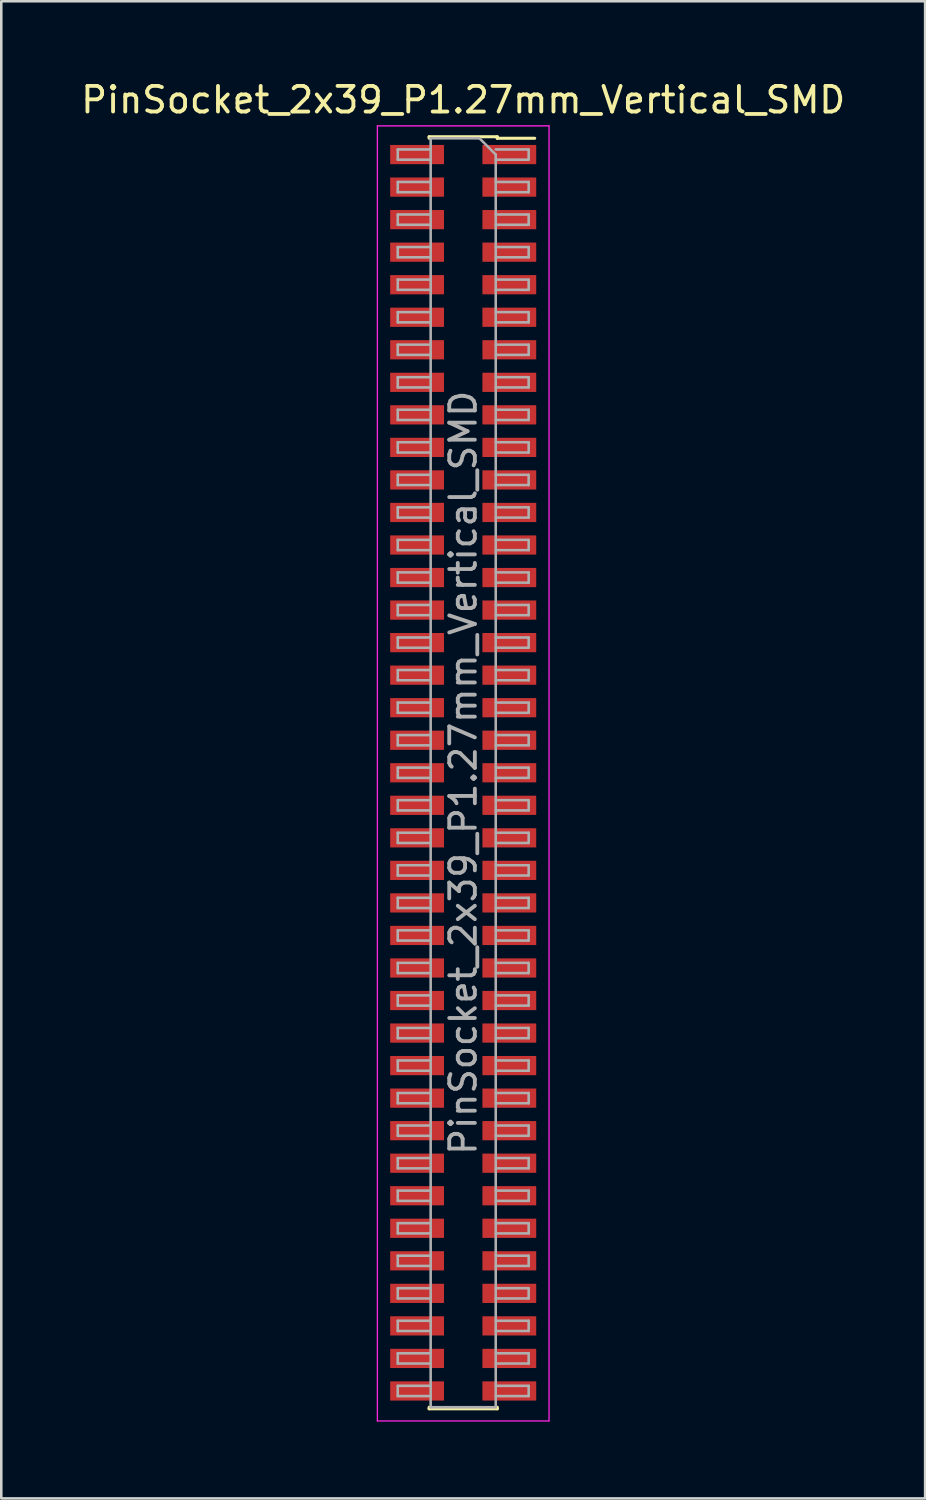
<source format=kicad_pcb>
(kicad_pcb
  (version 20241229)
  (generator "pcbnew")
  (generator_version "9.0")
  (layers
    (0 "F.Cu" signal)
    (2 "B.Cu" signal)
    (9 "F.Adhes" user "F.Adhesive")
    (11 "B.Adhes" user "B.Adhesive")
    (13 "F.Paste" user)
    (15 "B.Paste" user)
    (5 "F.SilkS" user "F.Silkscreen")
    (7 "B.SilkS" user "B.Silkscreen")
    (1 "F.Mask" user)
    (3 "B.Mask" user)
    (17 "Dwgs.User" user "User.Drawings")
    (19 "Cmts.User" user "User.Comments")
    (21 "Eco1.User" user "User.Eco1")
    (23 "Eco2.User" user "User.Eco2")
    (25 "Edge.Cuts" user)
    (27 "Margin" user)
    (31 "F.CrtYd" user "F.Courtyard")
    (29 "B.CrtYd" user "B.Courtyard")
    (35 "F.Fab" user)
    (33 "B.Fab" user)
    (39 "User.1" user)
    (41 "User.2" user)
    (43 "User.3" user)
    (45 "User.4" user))
  (footprint "PinSocket_2x39_P1.27mm_Vertical_SMD"
    (layer "F.Cu")
    (at 15.03 27.113)
    (property "Reference" "PinSocket_2x39_P1.27mm_Vertical_SMD" (at 0 -26.265 0) (layer "F.SilkS") (effects (font (size 1 1) (thickness 0.15))))
    (attr smd)
    (fp_line (start -1.33 -24.825) (end -1.33 -24.765) (stroke (width 0.12) (type solid)) (layer "F.SilkS"))
    (fp_line (start -1.33 -24.825) (end 1.33 -24.825) (stroke (width 0.12) (type solid)) (layer "F.SilkS"))
    (fp_line (start -1.33 24.765) (end -1.33 24.825) (stroke (width 0.12) (type solid)) (layer "F.SilkS"))
    (fp_line (start -1.33 24.825) (end 1.33 24.825) (stroke (width 0.12) (type solid)) (layer "F.SilkS"))
    (fp_line (start 1.33 -24.825) (end 1.33 -24.765) (stroke (width 0.12) (type solid)) (layer "F.SilkS"))
    (fp_line (start 1.33 -24.765) (end 2.79 -24.765) (stroke (width 0.12) (type solid)) (layer "F.SilkS"))
    (fp_line (start 1.33 24.765) (end 1.33 24.825) (stroke (width 0.12) (type solid)) (layer "F.SilkS"))
    (fp_line (start -3.35 -25.25) (end 3.35 -25.25) (stroke (width 0.05) (type solid)) (layer "F.CrtYd"))
    (fp_line (start -3.35 25.3) (end -3.35 -25.25) (stroke (width 0.05) (type solid)) (layer "F.CrtYd"))
    (fp_line (start 3.35 -25.25) (end 3.35 25.3) (stroke (width 0.05) (type solid)) (layer "F.CrtYd"))
    (fp_line (start 3.35 25.3) (end -3.35 25.3) (stroke (width 0.05) (type solid)) (layer "F.CrtYd"))
    (fp_line (start -2.555 -24.33) (end -1.27 -24.33) (stroke (width 0.1) (type solid)) (layer "F.Fab"))
    (fp_line (start -2.555 -23.93) (end -2.555 -24.33) (stroke (width 0.1) (type solid)) (layer "F.Fab"))
    (fp_line (start -2.555 -23.06) (end -1.27 -23.06) (stroke (width 0.1) (type solid)) (layer "F.Fab"))
    (fp_line (start -2.555 -22.66) (end -2.555 -23.06) (stroke (width 0.1) (type solid)) (layer "F.Fab"))
    (fp_line (start -2.555 -21.79) (end -1.27 -21.79) (stroke (width 0.1) (type solid)) (layer "F.Fab"))
    (fp_line (start -2.555 -21.39) (end -2.555 -21.79) (stroke (width 0.1) (type solid)) (layer "F.Fab"))
    (fp_line (start -2.555 -20.52) (end -1.27 -20.52) (stroke (width 0.1) (type solid)) (layer "F.Fab"))
    (fp_line (start -2.555 -20.12) (end -2.555 -20.52) (stroke (width 0.1) (type solid)) (layer "F.Fab"))
    (fp_line (start -2.555 -19.25) (end -1.27 -19.25) (stroke (width 0.1) (type solid)) (layer "F.Fab"))
    (fp_line (start -2.555 -18.85) (end -2.555 -19.25) (stroke (width 0.1) (type solid)) (layer "F.Fab"))
    (fp_line (start -2.555 -17.98) (end -1.27 -17.98) (stroke (width 0.1) (type solid)) (layer "F.Fab"))
    (fp_line (start -2.555 -17.58) (end -2.555 -17.98) (stroke (width 0.1) (type solid)) (layer "F.Fab"))
    (fp_line (start -2.555 -16.71) (end -1.27 -16.71) (stroke (width 0.1) (type solid)) (layer "F.Fab"))
    (fp_line (start -2.555 -16.31) (end -2.555 -16.71) (stroke (width 0.1) (type solid)) (layer "F.Fab"))
    (fp_line (start -2.555 -15.44) (end -1.27 -15.44) (stroke (width 0.1) (type solid)) (layer "F.Fab"))
    (fp_line (start -2.555 -15.04) (end -2.555 -15.44) (stroke (width 0.1) (type solid)) (layer "F.Fab"))
    (fp_line (start -2.555 -14.17) (end -1.27 -14.17) (stroke (width 0.1) (type solid)) (layer "F.Fab"))
    (fp_line (start -2.555 -13.77) (end -2.555 -14.17) (stroke (width 0.1) (type solid)) (layer "F.Fab"))
    (fp_line (start -2.555 -12.9) (end -1.27 -12.9) (stroke (width 0.1) (type solid)) (layer "F.Fab"))
    (fp_line (start -2.555 -12.5) (end -2.555 -12.9) (stroke (width 0.1) (type solid)) (layer "F.Fab"))
    (fp_line (start -2.555 -11.63) (end -1.27 -11.63) (stroke (width 0.1) (type solid)) (layer "F.Fab"))
    (fp_line (start -2.555 -11.23) (end -2.555 -11.63) (stroke (width 0.1) (type solid)) (layer "F.Fab"))
    (fp_line (start -2.555 -10.36) (end -1.27 -10.36) (stroke (width 0.1) (type solid)) (layer "F.Fab"))
    (fp_line (start -2.555 -9.96) (end -2.555 -10.36) (stroke (width 0.1) (type solid)) (layer "F.Fab"))
    (fp_line (start -2.555 -9.09) (end -1.27 -9.09) (stroke (width 0.1) (type solid)) (layer "F.Fab"))
    (fp_line (start -2.555 -8.69) (end -2.555 -9.09) (stroke (width 0.1) (type solid)) (layer "F.Fab"))
    (fp_line (start -2.555 -7.82) (end -1.27 -7.82) (stroke (width 0.1) (type solid)) (layer "F.Fab"))
    (fp_line (start -2.555 -7.42) (end -2.555 -7.82) (stroke (width 0.1) (type solid)) (layer "F.Fab"))
    (fp_line (start -2.555 -6.55) (end -1.27 -6.55) (stroke (width 0.1) (type solid)) (layer "F.Fab"))
    (fp_line (start -2.555 -6.15) (end -2.555 -6.55) (stroke (width 0.1) (type solid)) (layer "F.Fab"))
    (fp_line (start -2.555 -5.28) (end -1.27 -5.28) (stroke (width 0.1) (type solid)) (layer "F.Fab"))
    (fp_line (start -2.555 -4.88) (end -2.555 -5.28) (stroke (width 0.1) (type solid)) (layer "F.Fab"))
    (fp_line (start -2.555 -4.01) (end -1.27 -4.01) (stroke (width 0.1) (type solid)) (layer "F.Fab"))
    (fp_line (start -2.555 -3.61) (end -2.555 -4.01) (stroke (width 0.1) (type solid)) (layer "F.Fab"))
    (fp_line (start -2.555 -2.74) (end -1.27 -2.74) (stroke (width 0.1) (type solid)) (layer "F.Fab"))
    (fp_line (start -2.555 -2.34) (end -2.555 -2.74) (stroke (width 0.1) (type solid)) (layer "F.Fab"))
    (fp_line (start -2.555 -1.47) (end -1.27 -1.47) (stroke (width 0.1) (type solid)) (layer "F.Fab"))
    (fp_line (start -2.555 -1.07) (end -2.555 -1.47) (stroke (width 0.1) (type solid)) (layer "F.Fab"))
    (fp_line (start -2.555 -0.2) (end -1.27 -0.2) (stroke (width 0.1) (type solid)) (layer "F.Fab"))
    (fp_line (start -2.555 0.2) (end -2.555 -0.2) (stroke (width 0.1) (type solid)) (layer "F.Fab"))
    (fp_line (start -2.555 1.07) (end -1.27 1.07) (stroke (width 0.1) (type solid)) (layer "F.Fab"))
    (fp_line (start -2.555 1.47) (end -2.555 1.07) (stroke (width 0.1) (type solid)) (layer "F.Fab"))
    (fp_line (start -2.555 2.34) (end -1.27 2.34) (stroke (width 0.1) (type solid)) (layer "F.Fab"))
    (fp_line (start -2.555 2.74) (end -2.555 2.34) (stroke (width 0.1) (type solid)) (layer "F.Fab"))
    (fp_line (start -2.555 3.61) (end -1.27 3.61) (stroke (width 0.1) (type solid)) (layer "F.Fab"))
    (fp_line (start -2.555 4.01) (end -2.555 3.61) (stroke (width 0.1) (type solid)) (layer "F.Fab"))
    (fp_line (start -2.555 4.88) (end -1.27 4.88) (stroke (width 0.1) (type solid)) (layer "F.Fab"))
    (fp_line (start -2.555 5.28) (end -2.555 4.88) (stroke (width 0.1) (type solid)) (layer "F.Fab"))
    (fp_line (start -2.555 6.15) (end -1.27 6.15) (stroke (width 0.1) (type solid)) (layer "F.Fab"))
    (fp_line (start -2.555 6.55) (end -2.555 6.15) (stroke (width 0.1) (type solid)) (layer "F.Fab"))
    (fp_line (start -2.555 7.42) (end -1.27 7.42) (stroke (width 0.1) (type solid)) (layer "F.Fab"))
    (fp_line (start -2.555 7.82) (end -2.555 7.42) (stroke (width 0.1) (type solid)) (layer "F.Fab"))
    (fp_line (start -2.555 8.69) (end -1.27 8.69) (stroke (width 0.1) (type solid)) (layer "F.Fab"))
    (fp_line (start -2.555 9.09) (end -2.555 8.69) (stroke (width 0.1) (type solid)) (layer "F.Fab"))
    (fp_line (start -2.555 9.96) (end -1.27 9.96) (stroke (width 0.1) (type solid)) (layer "F.Fab"))
    (fp_line (start -2.555 10.36) (end -2.555 9.96) (stroke (width 0.1) (type solid)) (layer "F.Fab"))
    (fp_line (start -2.555 11.23) (end -1.27 11.23) (stroke (width 0.1) (type solid)) (layer "F.Fab"))
    (fp_line (start -2.555 11.63) (end -2.555 11.23) (stroke (width 0.1) (type solid)) (layer "F.Fab"))
    (fp_line (start -2.555 12.5) (end -1.27 12.5) (stroke (width 0.1) (type solid)) (layer "F.Fab"))
    (fp_line (start -2.555 12.9) (end -2.555 12.5) (stroke (width 0.1) (type solid)) (layer "F.Fab"))
    (fp_line (start -2.555 13.77) (end -1.27 13.77) (stroke (width 0.1) (type solid)) (layer "F.Fab"))
    (fp_line (start -2.555 14.17) (end -2.555 13.77) (stroke (width 0.1) (type solid)) (layer "F.Fab"))
    (fp_line (start -2.555 15.04) (end -1.27 15.04) (stroke (width 0.1) (type solid)) (layer "F.Fab"))
    (fp_line (start -2.555 15.44) (end -2.555 15.04) (stroke (width 0.1) (type solid)) (layer "F.Fab"))
    (fp_line (start -2.555 16.31) (end -1.27 16.31) (stroke (width 0.1) (type solid)) (layer "F.Fab"))
    (fp_line (start -2.555 16.71) (end -2.555 16.31) (stroke (width 0.1) (type solid)) (layer "F.Fab"))
    (fp_line (start -2.555 17.58) (end -1.27 17.58) (stroke (width 0.1) (type solid)) (layer "F.Fab"))
    (fp_line (start -2.555 17.98) (end -2.555 17.58) (stroke (width 0.1) (type solid)) (layer "F.Fab"))
    (fp_line (start -2.555 18.85) (end -1.27 18.85) (stroke (width 0.1) (type solid)) (layer "F.Fab"))
    (fp_line (start -2.555 19.25) (end -2.555 18.85) (stroke (width 0.1) (type solid)) (layer "F.Fab"))
    (fp_line (start -2.555 20.12) (end -1.27 20.12) (stroke (width 0.1) (type solid)) (layer "F.Fab"))
    (fp_line (start -2.555 20.52) (end -2.555 20.12) (stroke (width 0.1) (type solid)) (layer "F.Fab"))
    (fp_line (start -2.555 21.39) (end -1.27 21.39) (stroke (width 0.1) (type solid)) (layer "F.Fab"))
    (fp_line (start -2.555 21.79) (end -2.555 21.39) (stroke (width 0.1) (type solid)) (layer "F.Fab"))
    (fp_line (start -2.555 22.66) (end -1.27 22.66) (stroke (width 0.1) (type solid)) (layer "F.Fab"))
    (fp_line (start -2.555 23.06) (end -2.555 22.66) (stroke (width 0.1) (type solid)) (layer "F.Fab"))
    (fp_line (start -2.555 23.93) (end -1.27 23.93) (stroke (width 0.1) (type solid)) (layer "F.Fab"))
    (fp_line (start -2.555 24.33) (end -2.555 23.93) (stroke (width 0.1) (type solid)) (layer "F.Fab"))
    (fp_line (start -1.27 -24.765) (end 0.635 -24.765) (stroke (width 0.1) (type solid)) (layer "F.Fab"))
    (fp_line (start -1.27 -23.93) (end -2.555 -23.93) (stroke (width 0.1) (type solid)) (layer "F.Fab"))
    (fp_line (start -1.27 -22.66) (end -2.555 -22.66) (stroke (width 0.1) (type solid)) (layer "F.Fab"))
    (fp_line (start -1.27 -21.39) (end -2.555 -21.39) (stroke (width 0.1) (type solid)) (layer "F.Fab"))
    (fp_line (start -1.27 -20.12) (end -2.555 -20.12) (stroke (width 0.1) (type solid)) (layer "F.Fab"))
    (fp_line (start -1.27 -18.85) (end -2.555 -18.85) (stroke (width 0.1) (type solid)) (layer "F.Fab"))
    (fp_line (start -1.27 -17.58) (end -2.555 -17.58) (stroke (width 0.1) (type solid)) (layer "F.Fab"))
    (fp_line (start -1.27 -16.31) (end -2.555 -16.31) (stroke (width 0.1) (type solid)) (layer "F.Fab"))
    (fp_line (start -1.27 -15.04) (end -2.555 -15.04) (stroke (width 0.1) (type solid)) (layer "F.Fab"))
    (fp_line (start -1.27 -13.77) (end -2.555 -13.77) (stroke (width 0.1) (type solid)) (layer "F.Fab"))
    (fp_line (start -1.27 -12.5) (end -2.555 -12.5) (stroke (width 0.1) (type solid)) (layer "F.Fab"))
    (fp_line (start -1.27 -11.23) (end -2.555 -11.23) (stroke (width 0.1) (type solid)) (layer "F.Fab"))
    (fp_line (start -1.27 -9.96) (end -2.555 -9.96) (stroke (width 0.1) (type solid)) (layer "F.Fab"))
    (fp_line (start -1.27 -8.69) (end -2.555 -8.69) (stroke (width 0.1) (type solid)) (layer "F.Fab"))
    (fp_line (start -1.27 -7.42) (end -2.555 -7.42) (stroke (width 0.1) (type solid)) (layer "F.Fab"))
    (fp_line (start -1.27 -6.15) (end -2.555 -6.15) (stroke (width 0.1) (type solid)) (layer "F.Fab"))
    (fp_line (start -1.27 -4.88) (end -2.555 -4.88) (stroke (width 0.1) (type solid)) (layer "F.Fab"))
    (fp_line (start -1.27 -3.61) (end -2.555 -3.61) (stroke (width 0.1) (type solid)) (layer "F.Fab"))
    (fp_line (start -1.27 -2.34) (end -2.555 -2.34) (stroke (width 0.1) (type solid)) (layer "F.Fab"))
    (fp_line (start -1.27 -1.07) (end -2.555 -1.07) (stroke (width 0.1) (type solid)) (layer "F.Fab"))
    (fp_line (start -1.27 0.2) (end -2.555 0.2) (stroke (width 0.1) (type solid)) (layer "F.Fab"))
    (fp_line (start -1.27 1.47) (end -2.555 1.47) (stroke (width 0.1) (type solid)) (layer "F.Fab"))
    (fp_line (start -1.27 2.74) (end -2.555 2.74) (stroke (width 0.1) (type solid)) (layer "F.Fab"))
    (fp_line (start -1.27 4.01) (end -2.555 4.01) (stroke (width 0.1) (type solid)) (layer "F.Fab"))
    (fp_line (start -1.27 5.28) (end -2.555 5.28) (stroke (width 0.1) (type solid)) (layer "F.Fab"))
    (fp_line (start -1.27 6.55) (end -2.555 6.55) (stroke (width 0.1) (type solid)) (layer "F.Fab"))
    (fp_line (start -1.27 7.82) (end -2.555 7.82) (stroke (width 0.1) (type solid)) (layer "F.Fab"))
    (fp_line (start -1.27 9.09) (end -2.555 9.09) (stroke (width 0.1) (type solid)) (layer "F.Fab"))
    (fp_line (start -1.27 10.36) (end -2.555 10.36) (stroke (width 0.1) (type solid)) (layer "F.Fab"))
    (fp_line (start -1.27 11.63) (end -2.555 11.63) (stroke (width 0.1) (type solid)) (layer "F.Fab"))
    (fp_line (start -1.27 12.9) (end -2.555 12.9) (stroke (width 0.1) (type solid)) (layer "F.Fab"))
    (fp_line (start -1.27 14.17) (end -2.555 14.17) (stroke (width 0.1) (type solid)) (layer "F.Fab"))
    (fp_line (start -1.27 15.44) (end -2.555 15.44) (stroke (width 0.1) (type solid)) (layer "F.Fab"))
    (fp_line (start -1.27 16.71) (end -2.555 16.71) (stroke (width 0.1) (type solid)) (layer "F.Fab"))
    (fp_line (start -1.27 17.98) (end -2.555 17.98) (stroke (width 0.1) (type solid)) (layer "F.Fab"))
    (fp_line (start -1.27 19.25) (end -2.555 19.25) (stroke (width 0.1) (type solid)) (layer "F.Fab"))
    (fp_line (start -1.27 20.52) (end -2.555 20.52) (stroke (width 0.1) (type solid)) (layer "F.Fab"))
    (fp_line (start -1.27 21.79) (end -2.555 21.79) (stroke (width 0.1) (type solid)) (layer "F.Fab"))
    (fp_line (start -1.27 23.06) (end -2.555 23.06) (stroke (width 0.1) (type solid)) (layer "F.Fab"))
    (fp_line (start -1.27 24.33) (end -2.555 24.33) (stroke (width 0.1) (type solid)) (layer "F.Fab"))
    (fp_line (start -1.27 24.765) (end -1.27 -24.765) (stroke (width 0.1) (type solid)) (layer "F.Fab"))
    (fp_line (start 0.635 -24.765) (end 1.27 -24.13) (stroke (width 0.1) (type solid)) (layer "F.Fab"))
    (fp_line (start 1.27 -24.33) (end 2.555 -24.33) (stroke (width 0.1) (type solid)) (layer "F.Fab"))
    (fp_line (start 1.27 -24.13) (end 1.27 24.765) (stroke (width 0.1) (type solid)) (layer "F.Fab"))
    (fp_line (start 1.27 -23.06) (end 2.555 -23.06) (stroke (width 0.1) (type solid)) (layer "F.Fab"))
    (fp_line (start 1.27 -21.79) (end 2.555 -21.79) (stroke (width 0.1) (type solid)) (layer "F.Fab"))
    (fp_line (start 1.27 -20.52) (end 2.555 -20.52) (stroke (width 0.1) (type solid)) (layer "F.Fab"))
    (fp_line (start 1.27 -19.25) (end 2.555 -19.25) (stroke (width 0.1) (type solid)) (layer "F.Fab"))
    (fp_line (start 1.27 -17.98) (end 2.555 -17.98) (stroke (width 0.1) (type solid)) (layer "F.Fab"))
    (fp_line (start 1.27 -16.71) (end 2.555 -16.71) (stroke (width 0.1) (type solid)) (layer "F.Fab"))
    (fp_line (start 1.27 -15.44) (end 2.555 -15.44) (stroke (width 0.1) (type solid)) (layer "F.Fab"))
    (fp_line (start 1.27 -14.17) (end 2.555 -14.17) (stroke (width 0.1) (type solid)) (layer "F.Fab"))
    (fp_line (start 1.27 -12.9) (end 2.555 -12.9) (stroke (width 0.1) (type solid)) (layer "F.Fab"))
    (fp_line (start 1.27 -11.63) (end 2.555 -11.63) (stroke (width 0.1) (type solid)) (layer "F.Fab"))
    (fp_line (start 1.27 -10.36) (end 2.555 -10.36) (stroke (width 0.1) (type solid)) (layer "F.Fab"))
    (fp_line (start 1.27 -9.09) (end 2.555 -9.09) (stroke (width 0.1) (type solid)) (layer "F.Fab"))
    (fp_line (start 1.27 -7.82) (end 2.555 -7.82) (stroke (width 0.1) (type solid)) (layer "F.Fab"))
    (fp_line (start 1.27 -6.55) (end 2.555 -6.55) (stroke (width 0.1) (type solid)) (layer "F.Fab"))
    (fp_line (start 1.27 -5.28) (end 2.555 -5.28) (stroke (width 0.1) (type solid)) (layer "F.Fab"))
    (fp_line (start 1.27 -4.01) (end 2.555 -4.01) (stroke (width 0.1) (type solid)) (layer "F.Fab"))
    (fp_line (start 1.27 -2.74) (end 2.555 -2.74) (stroke (width 0.1) (type solid)) (layer "F.Fab"))
    (fp_line (start 1.27 -1.47) (end 2.555 -1.47) (stroke (width 0.1) (type solid)) (layer "F.Fab"))
    (fp_line (start 1.27 -0.2) (end 2.555 -0.2) (stroke (width 0.1) (type solid)) (layer "F.Fab"))
    (fp_line (start 1.27 1.07) (end 2.555 1.07) (stroke (width 0.1) (type solid)) (layer "F.Fab"))
    (fp_line (start 1.27 2.34) (end 2.555 2.34) (stroke (width 0.1) (type solid)) (layer "F.Fab"))
    (fp_line (start 1.27 3.61) (end 2.555 3.61) (stroke (width 0.1) (type solid)) (layer "F.Fab"))
    (fp_line (start 1.27 4.88) (end 2.555 4.88) (stroke (width 0.1) (type solid)) (layer "F.Fab"))
    (fp_line (start 1.27 6.15) (end 2.555 6.15) (stroke (width 0.1) (type solid)) (layer "F.Fab"))
    (fp_line (start 1.27 7.42) (end 2.555 7.42) (stroke (width 0.1) (type solid)) (layer "F.Fab"))
    (fp_line (start 1.27 8.69) (end 2.555 8.69) (stroke (width 0.1) (type solid)) (layer "F.Fab"))
    (fp_line (start 1.27 9.96) (end 2.555 9.96) (stroke (width 0.1) (type solid)) (layer "F.Fab"))
    (fp_line (start 1.27 11.23) (end 2.555 11.23) (stroke (width 0.1) (type solid)) (layer "F.Fab"))
    (fp_line (start 1.27 12.5) (end 2.555 12.5) (stroke (width 0.1) (type solid)) (layer "F.Fab"))
    (fp_line (start 1.27 13.77) (end 2.555 13.77) (stroke (width 0.1) (type solid)) (layer "F.Fab"))
    (fp_line (start 1.27 15.04) (end 2.555 15.04) (stroke (width 0.1) (type solid)) (layer "F.Fab"))
    (fp_line (start 1.27 16.31) (end 2.555 16.31) (stroke (width 0.1) (type solid)) (layer "F.Fab"))
    (fp_line (start 1.27 17.58) (end 2.555 17.58) (stroke (width 0.1) (type solid)) (layer "F.Fab"))
    (fp_line (start 1.27 18.85) (end 2.555 18.85) (stroke (width 0.1) (type solid)) (layer "F.Fab"))
    (fp_line (start 1.27 20.12) (end 2.555 20.12) (stroke (width 0.1) (type solid)) (layer "F.Fab"))
    (fp_line (start 1.27 21.39) (end 2.555 21.39) (stroke (width 0.1) (type solid)) (layer "F.Fab"))
    (fp_line (start 1.27 22.66) (end 2.555 22.66) (stroke (width 0.1) (type solid)) (layer "F.Fab"))
    (fp_line (start 1.27 23.93) (end 2.555 23.93) (stroke (width 0.1) (type solid)) (layer "F.Fab"))
    (fp_line (start 1.27 24.765) (end -1.27 24.765) (stroke (width 0.1) (type solid)) (layer "F.Fab"))
    (fp_line (start 2.555 -24.33) (end 2.555 -23.93) (stroke (width 0.1) (type solid)) (layer "F.Fab"))
    (fp_line (start 2.555 -23.93) (end 1.27 -23.93) (stroke (width 0.1) (type solid)) (layer "F.Fab"))
    (fp_line (start 2.555 -23.06) (end 2.555 -22.66) (stroke (width 0.1) (type solid)) (layer "F.Fab"))
    (fp_line (start 2.555 -22.66) (end 1.27 -22.66) (stroke (width 0.1) (type solid)) (layer "F.Fab"))
    (fp_line (start 2.555 -21.79) (end 2.555 -21.39) (stroke (width 0.1) (type solid)) (layer "F.Fab"))
    (fp_line (start 2.555 -21.39) (end 1.27 -21.39) (stroke (width 0.1) (type solid)) (layer "F.Fab"))
    (fp_line (start 2.555 -20.52) (end 2.555 -20.12) (stroke (width 0.1) (type solid)) (layer "F.Fab"))
    (fp_line (start 2.555 -20.12) (end 1.27 -20.12) (stroke (width 0.1) (type solid)) (layer "F.Fab"))
    (fp_line (start 2.555 -19.25) (end 2.555 -18.85) (stroke (width 0.1) (type solid)) (layer "F.Fab"))
    (fp_line (start 2.555 -18.85) (end 1.27 -18.85) (stroke (width 0.1) (type solid)) (layer "F.Fab"))
    (fp_line (start 2.555 -17.98) (end 2.555 -17.58) (stroke (width 0.1) (type solid)) (layer "F.Fab"))
    (fp_line (start 2.555 -17.58) (end 1.27 -17.58) (stroke (width 0.1) (type solid)) (layer "F.Fab"))
    (fp_line (start 2.555 -16.71) (end 2.555 -16.31) (stroke (width 0.1) (type solid)) (layer "F.Fab"))
    (fp_line (start 2.555 -16.31) (end 1.27 -16.31) (stroke (width 0.1) (type solid)) (layer "F.Fab"))
    (fp_line (start 2.555 -15.44) (end 2.555 -15.04) (stroke (width 0.1) (type solid)) (layer "F.Fab"))
    (fp_line (start 2.555 -15.04) (end 1.27 -15.04) (stroke (width 0.1) (type solid)) (layer "F.Fab"))
    (fp_line (start 2.555 -14.17) (end 2.555 -13.77) (stroke (width 0.1) (type solid)) (layer "F.Fab"))
    (fp_line (start 2.555 -13.77) (end 1.27 -13.77) (stroke (width 0.1) (type solid)) (layer "F.Fab"))
    (fp_line (start 2.555 -12.9) (end 2.555 -12.5) (stroke (width 0.1) (type solid)) (layer "F.Fab"))
    (fp_line (start 2.555 -12.5) (end 1.27 -12.5) (stroke (width 0.1) (type solid)) (layer "F.Fab"))
    (fp_line (start 2.555 -11.63) (end 2.555 -11.23) (stroke (width 0.1) (type solid)) (layer "F.Fab"))
    (fp_line (start 2.555 -11.23) (end 1.27 -11.23) (stroke (width 0.1) (type solid)) (layer "F.Fab"))
    (fp_line (start 2.555 -10.36) (end 2.555 -9.96) (stroke (width 0.1) (type solid)) (layer "F.Fab"))
    (fp_line (start 2.555 -9.96) (end 1.27 -9.96) (stroke (width 0.1) (type solid)) (layer "F.Fab"))
    (fp_line (start 2.555 -9.09) (end 2.555 -8.69) (stroke (width 0.1) (type solid)) (layer "F.Fab"))
    (fp_line (start 2.555 -8.69) (end 1.27 -8.69) (stroke (width 0.1) (type solid)) (layer "F.Fab"))
    (fp_line (start 2.555 -7.82) (end 2.555 -7.42) (stroke (width 0.1) (type solid)) (layer "F.Fab"))
    (fp_line (start 2.555 -7.42) (end 1.27 -7.42) (stroke (width 0.1) (type solid)) (layer "F.Fab"))
    (fp_line (start 2.555 -6.55) (end 2.555 -6.15) (stroke (width 0.1) (type solid)) (layer "F.Fab"))
    (fp_line (start 2.555 -6.15) (end 1.27 -6.15) (stroke (width 0.1) (type solid)) (layer "F.Fab"))
    (fp_line (start 2.555 -5.28) (end 2.555 -4.88) (stroke (width 0.1) (type solid)) (layer "F.Fab"))
    (fp_line (start 2.555 -4.88) (end 1.27 -4.88) (stroke (width 0.1) (type solid)) (layer "F.Fab"))
    (fp_line (start 2.555 -4.01) (end 2.555 -3.61) (stroke (width 0.1) (type solid)) (layer "F.Fab"))
    (fp_line (start 2.555 -3.61) (end 1.27 -3.61) (stroke (width 0.1) (type solid)) (layer "F.Fab"))
    (fp_line (start 2.555 -2.74) (end 2.555 -2.34) (stroke (width 0.1) (type solid)) (layer "F.Fab"))
    (fp_line (start 2.555 -2.34) (end 1.27 -2.34) (stroke (width 0.1) (type solid)) (layer "F.Fab"))
    (fp_line (start 2.555 -1.47) (end 2.555 -1.07) (stroke (width 0.1) (type solid)) (layer "F.Fab"))
    (fp_line (start 2.555 -1.07) (end 1.27 -1.07) (stroke (width 0.1) (type solid)) (layer "F.Fab"))
    (fp_line (start 2.555 -0.2) (end 2.555 0.2) (stroke (width 0.1) (type solid)) (layer "F.Fab"))
    (fp_line (start 2.555 0.2) (end 1.27 0.2) (stroke (width 0.1) (type solid)) (layer "F.Fab"))
    (fp_line (start 2.555 1.07) (end 2.555 1.47) (stroke (width 0.1) (type solid)) (layer "F.Fab"))
    (fp_line (start 2.555 1.47) (end 1.27 1.47) (stroke (width 0.1) (type solid)) (layer "F.Fab"))
    (fp_line (start 2.555 2.34) (end 2.555 2.74) (stroke (width 0.1) (type solid)) (layer "F.Fab"))
    (fp_line (start 2.555 2.74) (end 1.27 2.74) (stroke (width 0.1) (type solid)) (layer "F.Fab"))
    (fp_line (start 2.555 3.61) (end 2.555 4.01) (stroke (width 0.1) (type solid)) (layer "F.Fab"))
    (fp_line (start 2.555 4.01) (end 1.27 4.01) (stroke (width 0.1) (type solid)) (layer "F.Fab"))
    (fp_line (start 2.555 4.88) (end 2.555 5.28) (stroke (width 0.1) (type solid)) (layer "F.Fab"))
    (fp_line (start 2.555 5.28) (end 1.27 5.28) (stroke (width 0.1) (type solid)) (layer "F.Fab"))
    (fp_line (start 2.555 6.15) (end 2.555 6.55) (stroke (width 0.1) (type solid)) (layer "F.Fab"))
    (fp_line (start 2.555 6.55) (end 1.27 6.55) (stroke (width 0.1) (type solid)) (layer "F.Fab"))
    (fp_line (start 2.555 7.42) (end 2.555 7.82) (stroke (width 0.1) (type solid)) (layer "F.Fab"))
    (fp_line (start 2.555 7.82) (end 1.27 7.82) (stroke (width 0.1) (type solid)) (layer "F.Fab"))
    (fp_line (start 2.555 8.69) (end 2.555 9.09) (stroke (width 0.1) (type solid)) (layer "F.Fab"))
    (fp_line (start 2.555 9.09) (end 1.27 9.09) (stroke (width 0.1) (type solid)) (layer "F.Fab"))
    (fp_line (start 2.555 9.96) (end 2.555 10.36) (stroke (width 0.1) (type solid)) (layer "F.Fab"))
    (fp_line (start 2.555 10.36) (end 1.27 10.36) (stroke (width 0.1) (type solid)) (layer "F.Fab"))
    (fp_line (start 2.555 11.23) (end 2.555 11.63) (stroke (width 0.1) (type solid)) (layer "F.Fab"))
    (fp_line (start 2.555 11.63) (end 1.27 11.63) (stroke (width 0.1) (type solid)) (layer "F.Fab"))
    (fp_line (start 2.555 12.5) (end 2.555 12.9) (stroke (width 0.1) (type solid)) (layer "F.Fab"))
    (fp_line (start 2.555 12.9) (end 1.27 12.9) (stroke (width 0.1) (type solid)) (layer "F.Fab"))
    (fp_line (start 2.555 13.77) (end 2.555 14.17) (stroke (width 0.1) (type solid)) (layer "F.Fab"))
    (fp_line (start 2.555 14.17) (end 1.27 14.17) (stroke (width 0.1) (type solid)) (layer "F.Fab"))
    (fp_line (start 2.555 15.04) (end 2.555 15.44) (stroke (width 0.1) (type solid)) (layer "F.Fab"))
    (fp_line (start 2.555 15.44) (end 1.27 15.44) (stroke (width 0.1) (type solid)) (layer "F.Fab"))
    (fp_line (start 2.555 16.31) (end 2.555 16.71) (stroke (width 0.1) (type solid)) (layer "F.Fab"))
    (fp_line (start 2.555 16.71) (end 1.27 16.71) (stroke (width 0.1) (type solid)) (layer "F.Fab"))
    (fp_line (start 2.555 17.58) (end 2.555 17.98) (stroke (width 0.1) (type solid)) (layer "F.Fab"))
    (fp_line (start 2.555 17.98) (end 1.27 17.98) (stroke (width 0.1) (type solid)) (layer "F.Fab"))
    (fp_line (start 2.555 18.85) (end 2.555 19.25) (stroke (width 0.1) (type solid)) (layer "F.Fab"))
    (fp_line (start 2.555 19.25) (end 1.27 19.25) (stroke (width 0.1) (type solid)) (layer "F.Fab"))
    (fp_line (start 2.555 20.12) (end 2.555 20.52) (stroke (width 0.1) (type solid)) (layer "F.Fab"))
    (fp_line (start 2.555 20.52) (end 1.27 20.52) (stroke (width 0.1) (type solid)) (layer "F.Fab"))
    (fp_line (start 2.555 21.39) (end 2.555 21.79) (stroke (width 0.1) (type solid)) (layer "F.Fab"))
    (fp_line (start 2.555 21.79) (end 1.27 21.79) (stroke (width 0.1) (type solid)) (layer "F.Fab"))
    (fp_line (start 2.555 22.66) (end 2.555 23.06) (stroke (width 0.1) (type solid)) (layer "F.Fab"))
    (fp_line (start 2.555 23.06) (end 1.27 23.06) (stroke (width 0.1) (type solid)) (layer "F.Fab"))
    (fp_line (start 2.555 23.93) (end 2.555 24.33) (stroke (width 0.1) (type solid)) (layer "F.Fab"))
    (fp_line (start 2.555 24.33) (end 1.27 24.33) (stroke (width 0.1) (type solid)) (layer "F.Fab"))
    (fp_text user "${REFERENCE}" (at 0 0 90) (layer "F.Fab") (effects (font (size 1 1) (thickness 0.15))))
    (pad "1" smd rect (at 1.8 -24.13) (size 2.1 0.75) (layers "F.Cu" "F.Mask" "F.Paste"))
    (pad "2" smd rect (at -1.8 -24.13) (size 2.1 0.75) (layers "F.Cu" "F.Mask" "F.Paste"))
    (pad "3" smd rect (at 1.8 -22.86) (size 2.1 0.75) (layers "F.Cu" "F.Mask" "F.Paste"))
    (pad "4" smd rect (at -1.8 -22.86) (size 2.1 0.75) (layers "F.Cu" "F.Mask" "F.Paste"))
    (pad "5" smd rect (at 1.8 -21.59) (size 2.1 0.75) (layers "F.Cu" "F.Mask" "F.Paste"))
    (pad "6" smd rect (at -1.8 -21.59) (size 2.1 0.75) (layers "F.Cu" "F.Mask" "F.Paste"))
    (pad "7" smd rect (at 1.8 -20.32) (size 2.1 0.75) (layers "F.Cu" "F.Mask" "F.Paste"))
    (pad "8" smd rect (at -1.8 -20.32) (size 2.1 0.75) (layers "F.Cu" "F.Mask" "F.Paste"))
    (pad "9" smd rect (at 1.8 -19.05) (size 2.1 0.75) (layers "F.Cu" "F.Mask" "F.Paste"))
    (pad "10" smd rect (at -1.8 -19.05) (size 2.1 0.75) (layers "F.Cu" "F.Mask" "F.Paste"))
    (pad "11" smd rect (at 1.8 -17.78) (size 2.1 0.75) (layers "F.Cu" "F.Mask" "F.Paste"))
    (pad "12" smd rect (at -1.8 -17.78) (size 2.1 0.75) (layers "F.Cu" "F.Mask" "F.Paste"))
    (pad "13" smd rect (at 1.8 -16.51) (size 2.1 0.75) (layers "F.Cu" "F.Mask" "F.Paste"))
    (pad "14" smd rect (at -1.8 -16.51) (size 2.1 0.75) (layers "F.Cu" "F.Mask" "F.Paste"))
    (pad "15" smd rect (at 1.8 -15.24) (size 2.1 0.75) (layers "F.Cu" "F.Mask" "F.Paste"))
    (pad "16" smd rect (at -1.8 -15.24) (size 2.1 0.75) (layers "F.Cu" "F.Mask" "F.Paste"))
    (pad "17" smd rect (at 1.8 -13.97) (size 2.1 0.75) (layers "F.Cu" "F.Mask" "F.Paste"))
    (pad "18" smd rect (at -1.8 -13.97) (size 2.1 0.75) (layers "F.Cu" "F.Mask" "F.Paste"))
    (pad "19" smd rect (at 1.8 -12.7) (size 2.1 0.75) (layers "F.Cu" "F.Mask" "F.Paste"))
    (pad "20" smd rect (at -1.8 -12.7) (size 2.1 0.75) (layers "F.Cu" "F.Mask" "F.Paste"))
    (pad "21" smd rect (at 1.8 -11.43) (size 2.1 0.75) (layers "F.Cu" "F.Mask" "F.Paste"))
    (pad "22" smd rect (at -1.8 -11.43) (size 2.1 0.75) (layers "F.Cu" "F.Mask" "F.Paste"))
    (pad "23" smd rect (at 1.8 -10.16) (size 2.1 0.75) (layers "F.Cu" "F.Mask" "F.Paste"))
    (pad "24" smd rect (at -1.8 -10.16) (size 2.1 0.75) (layers "F.Cu" "F.Mask" "F.Paste"))
    (pad "25" smd rect (at 1.8 -8.89) (size 2.1 0.75) (layers "F.Cu" "F.Mask" "F.Paste"))
    (pad "26" smd rect (at -1.8 -8.89) (size 2.1 0.75) (layers "F.Cu" "F.Mask" "F.Paste"))
    (pad "27" smd rect (at 1.8 -7.62) (size 2.1 0.75) (layers "F.Cu" "F.Mask" "F.Paste"))
    (pad "28" smd rect (at -1.8 -7.62) (size 2.1 0.75) (layers "F.Cu" "F.Mask" "F.Paste"))
    (pad "29" smd rect (at 1.8 -6.35) (size 2.1 0.75) (layers "F.Cu" "F.Mask" "F.Paste"))
    (pad "30" smd rect (at -1.8 -6.35) (size 2.1 0.75) (layers "F.Cu" "F.Mask" "F.Paste"))
    (pad "31" smd rect (at 1.8 -5.08) (size 2.1 0.75) (layers "F.Cu" "F.Mask" "F.Paste"))
    (pad "32" smd rect (at -1.8 -5.08) (size 2.1 0.75) (layers "F.Cu" "F.Mask" "F.Paste"))
    (pad "33" smd rect (at 1.8 -3.81) (size 2.1 0.75) (layers "F.Cu" "F.Mask" "F.Paste"))
    (pad "34" smd rect (at -1.8 -3.81) (size 2.1 0.75) (layers "F.Cu" "F.Mask" "F.Paste"))
    (pad "35" smd rect (at 1.8 -2.54) (size 2.1 0.75) (layers "F.Cu" "F.Mask" "F.Paste"))
    (pad "36" smd rect (at -1.8 -2.54) (size 2.1 0.75) (layers "F.Cu" "F.Mask" "F.Paste"))
    (pad "37" smd rect (at 1.8 -1.27) (size 2.1 0.75) (layers "F.Cu" "F.Mask" "F.Paste"))
    (pad "38" smd rect (at -1.8 -1.27) (size 2.1 0.75) (layers "F.Cu" "F.Mask" "F.Paste"))
    (pad "39" smd rect (at 1.8 0) (size 2.1 0.75) (layers "F.Cu" "F.Mask" "F.Paste"))
    (pad "40" smd rect (at -1.8 0) (size 2.1 0.75) (layers "F.Cu" "F.Mask" "F.Paste"))
    (pad "41" smd rect (at 1.8 1.27) (size 2.1 0.75) (layers "F.Cu" "F.Mask" "F.Paste"))
    (pad "42" smd rect (at -1.8 1.27) (size 2.1 0.75) (layers "F.Cu" "F.Mask" "F.Paste"))
    (pad "43" smd rect (at 1.8 2.54) (size 2.1 0.75) (layers "F.Cu" "F.Mask" "F.Paste"))
    (pad "44" smd rect (at -1.8 2.54) (size 2.1 0.75) (layers "F.Cu" "F.Mask" "F.Paste"))
    (pad "45" smd rect (at 1.8 3.81) (size 2.1 0.75) (layers "F.Cu" "F.Mask" "F.Paste"))
    (pad "46" smd rect (at -1.8 3.81) (size 2.1 0.75) (layers "F.Cu" "F.Mask" "F.Paste"))
    (pad "47" smd rect (at 1.8 5.08) (size 2.1 0.75) (layers "F.Cu" "F.Mask" "F.Paste"))
    (pad "48" smd rect (at -1.8 5.08) (size 2.1 0.75) (layers "F.Cu" "F.Mask" "F.Paste"))
    (pad "49" smd rect (at 1.8 6.35) (size 2.1 0.75) (layers "F.Cu" "F.Mask" "F.Paste"))
    (pad "50" smd rect (at -1.8 6.35) (size 2.1 0.75) (layers "F.Cu" "F.Mask" "F.Paste"))
    (pad "51" smd rect (at 1.8 7.62) (size 2.1 0.75) (layers "F.Cu" "F.Mask" "F.Paste"))
    (pad "52" smd rect (at -1.8 7.62) (size 2.1 0.75) (layers "F.Cu" "F.Mask" "F.Paste"))
    (pad "53" smd rect (at 1.8 8.89) (size 2.1 0.75) (layers "F.Cu" "F.Mask" "F.Paste"))
    (pad "54" smd rect (at -1.8 8.89) (size 2.1 0.75) (layers "F.Cu" "F.Mask" "F.Paste"))
    (pad "55" smd rect (at 1.8 10.16) (size 2.1 0.75) (layers "F.Cu" "F.Mask" "F.Paste"))
    (pad "56" smd rect (at -1.8 10.16) (size 2.1 0.75) (layers "F.Cu" "F.Mask" "F.Paste"))
    (pad "57" smd rect (at 1.8 11.43) (size 2.1 0.75) (layers "F.Cu" "F.Mask" "F.Paste"))
    (pad "58" smd rect (at -1.8 11.43) (size 2.1 0.75) (layers "F.Cu" "F.Mask" "F.Paste"))
    (pad "59" smd rect (at 1.8 12.7) (size 2.1 0.75) (layers "F.Cu" "F.Mask" "F.Paste"))
    (pad "60" smd rect (at -1.8 12.7) (size 2.1 0.75) (layers "F.Cu" "F.Mask" "F.Paste"))
    (pad "61" smd rect (at 1.8 13.97) (size 2.1 0.75) (layers "F.Cu" "F.Mask" "F.Paste"))
    (pad "62" smd rect (at -1.8 13.97) (size 2.1 0.75) (layers "F.Cu" "F.Mask" "F.Paste"))
    (pad "63" smd rect (at 1.8 15.24) (size 2.1 0.75) (layers "F.Cu" "F.Mask" "F.Paste"))
    (pad "64" smd rect (at -1.8 15.24) (size 2.1 0.75) (layers "F.Cu" "F.Mask" "F.Paste"))
    (pad "65" smd rect (at 1.8 16.51) (size 2.1 0.75) (layers "F.Cu" "F.Mask" "F.Paste"))
    (pad "66" smd rect (at -1.8 16.51) (size 2.1 0.75) (layers "F.Cu" "F.Mask" "F.Paste"))
    (pad "67" smd rect (at 1.8 17.78) (size 2.1 0.75) (layers "F.Cu" "F.Mask" "F.Paste"))
    (pad "68" smd rect (at -1.8 17.78) (size 2.1 0.75) (layers "F.Cu" "F.Mask" "F.Paste"))
    (pad "69" smd rect (at 1.8 19.05) (size 2.1 0.75) (layers "F.Cu" "F.Mask" "F.Paste"))
    (pad "70" smd rect (at -1.8 19.05) (size 2.1 0.75) (layers "F.Cu" "F.Mask" "F.Paste"))
    (pad "71" smd rect (at 1.8 20.32) (size 2.1 0.75) (layers "F.Cu" "F.Mask" "F.Paste"))
    (pad "72" smd rect (at -1.8 20.32) (size 2.1 0.75) (layers "F.Cu" "F.Mask" "F.Paste"))
    (pad "73" smd rect (at 1.8 21.59) (size 2.1 0.75) (layers "F.Cu" "F.Mask" "F.Paste"))
    (pad "74" smd rect (at -1.8 21.59) (size 2.1 0.75) (layers "F.Cu" "F.Mask" "F.Paste"))
    (pad "75" smd rect (at 1.8 22.86) (size 2.1 0.75) (layers "F.Cu" "F.Mask" "F.Paste"))
    (pad "76" smd rect (at -1.8 22.86) (size 2.1 0.75) (layers "F.Cu" "F.Mask" "F.Paste"))
    (pad "77" smd rect (at 1.8 24.13) (size 2.1 0.75) (layers "F.Cu" "F.Mask" "F.Paste"))
    (pad "78" smd rect (at -1.8 24.13) (size 2.1 0.75) (layers "F.Cu" "F.Mask" "F.Paste")))
  (gr_rect
    (start -3 -3)
    (end 33.06 55.438)
    (stroke (width 0.1) (type default))
    (fill no)
    (layer "Edge.Cuts")))
</source>
